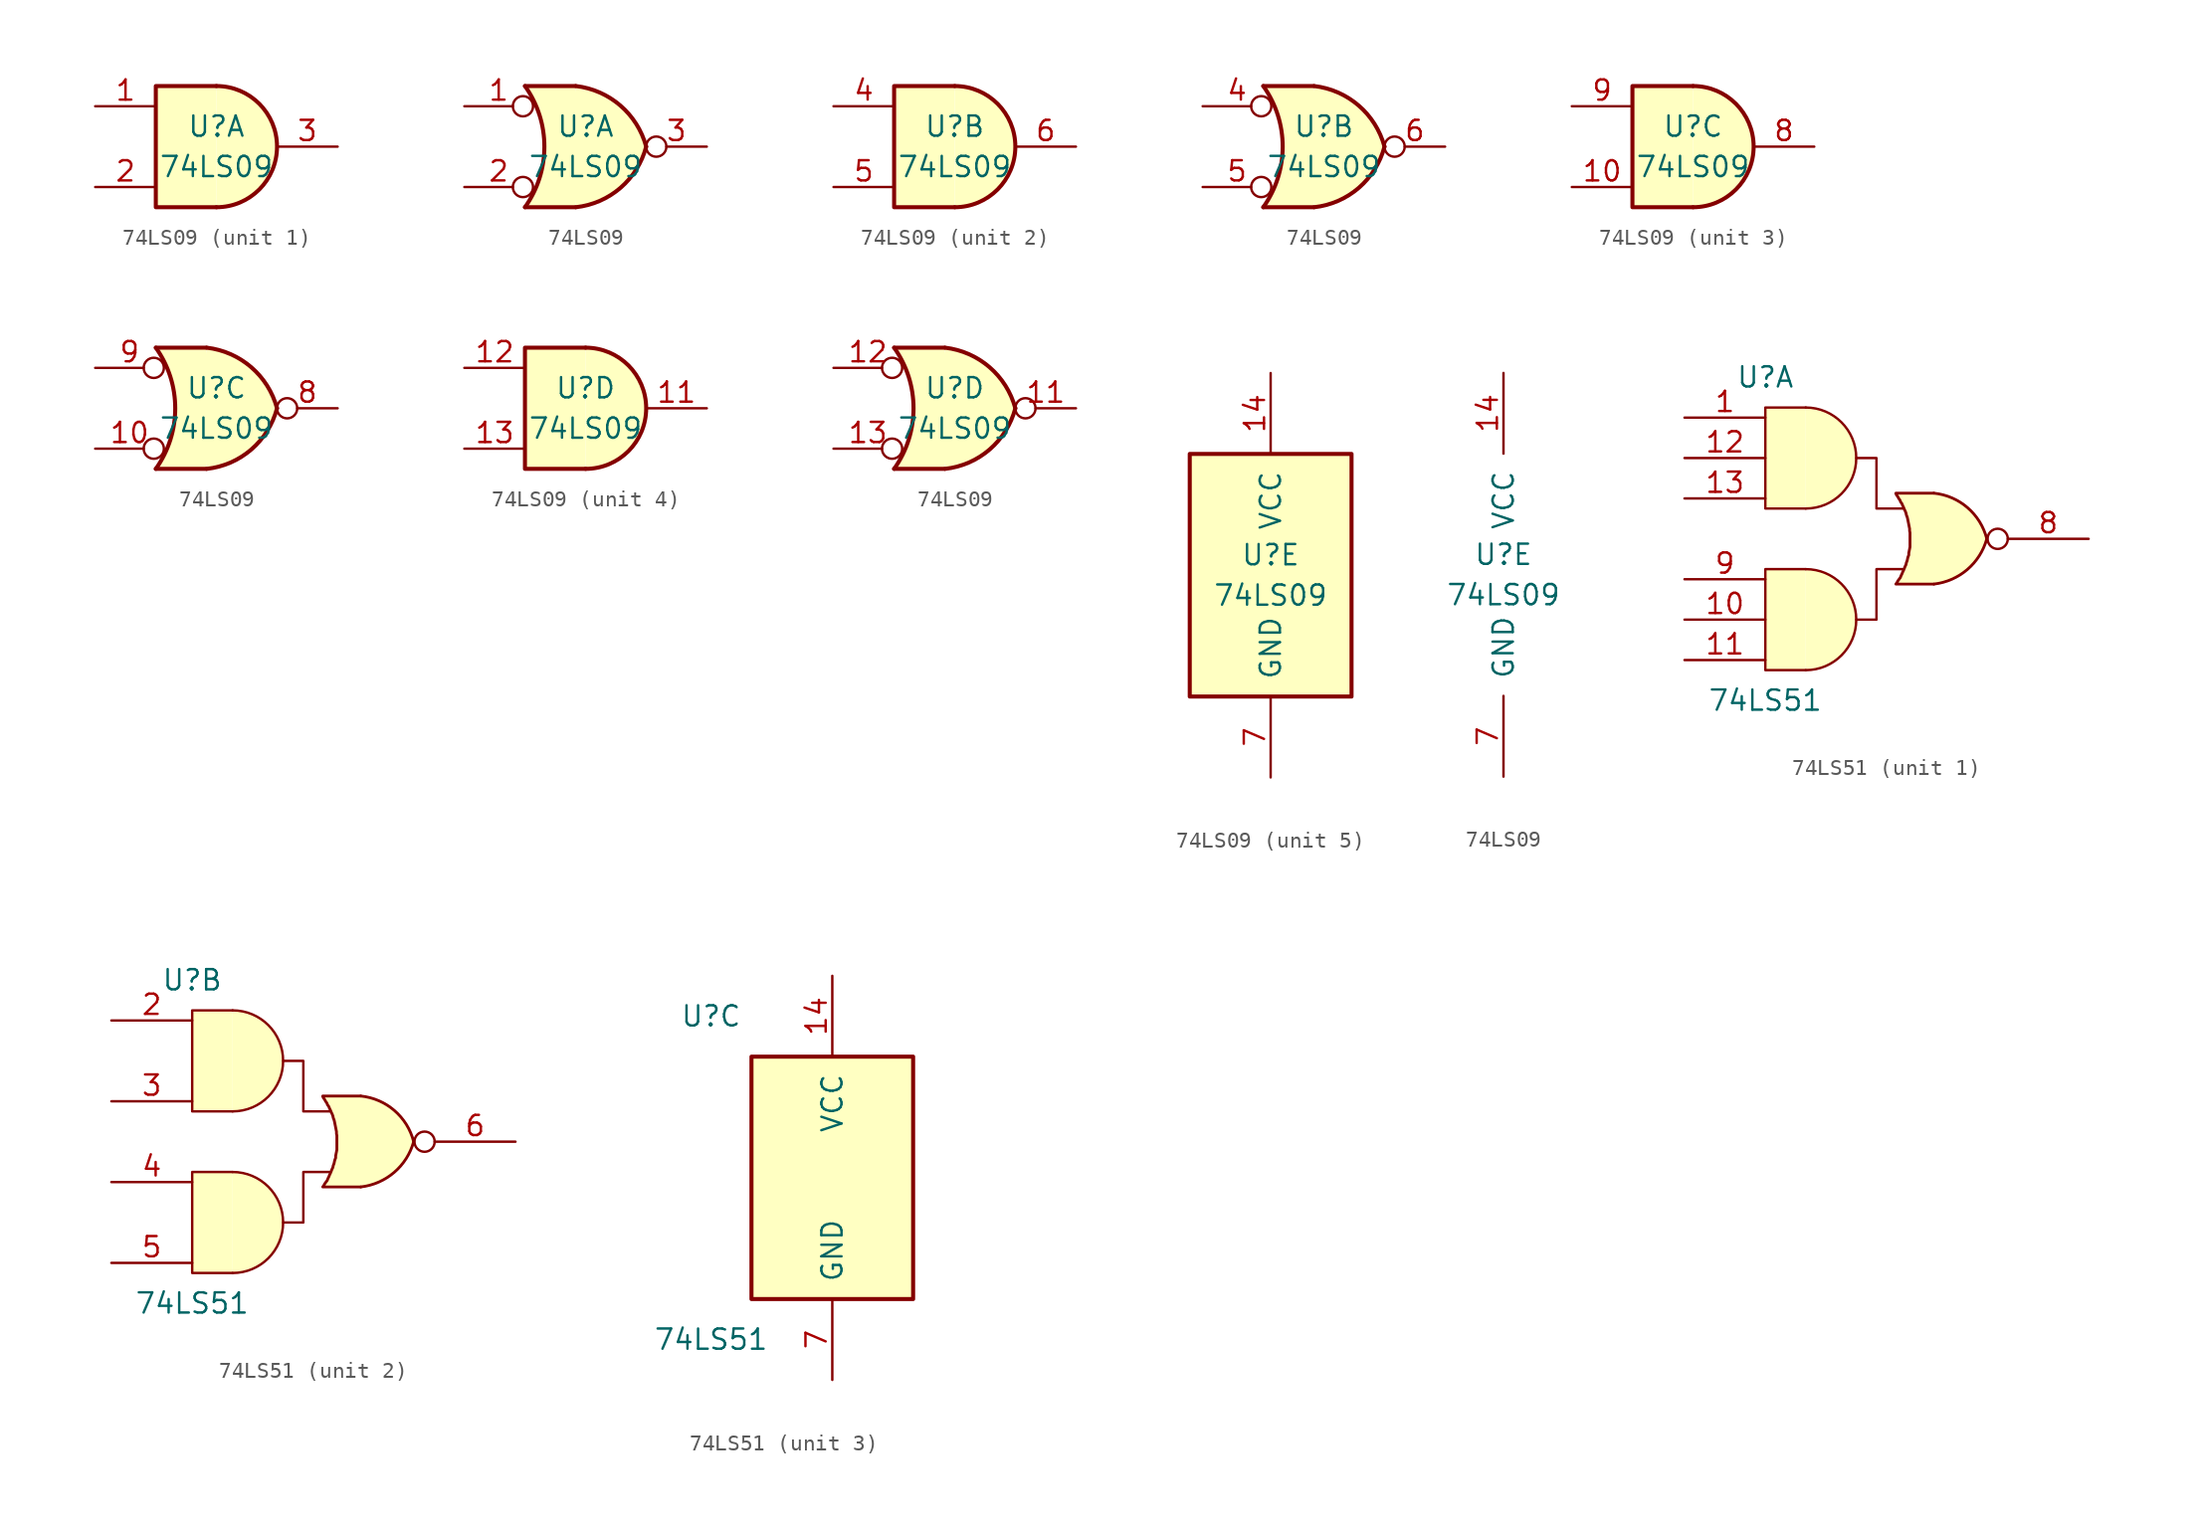
<source format=kicad_sym>
(kicad_symbol_lib
  (version 20201005)
  (generator kicad_symbol_editor)
  (symbol "74LS09"
    (pin_names
      (offset 1.016))
    (property "Reference" "U"
      (at 0 1.27 0)
      (effects (font (size 1.27 1.27))))
    (property "Value" "74LS09"
      (at 0 -1.27 0)
      (effects (font (size 1.27 1.27))))
    (property "ki_locked" ""
      (at 0 0 0)
      (effects (font (size 1.27 1.27))))
    (symbol "74LS09_1_1"
      (arc (start 0 -3.81) (end 0 3.81) (radius (at 0 0) (length 3.81) (angles -89.9 89.9)) (stroke (width 0.254)) (fill (type background)))
      (polyline (pts (xy 0 3.81) (xy -3.81 3.81) (xy -3.81 -3.81) (xy 0 -3.81)) (stroke (width 0.254)) (fill (type background)))
      (pin input line (at -7.62 2.54 0) (length 3.81) (name "~" (effects (font (size 1.27 1.27)))) (number "1" (effects (font (size 1.27 1.27)))))
      (pin input line (at -7.62 -2.54 0) (length 3.81) (name "~" (effects (font (size 1.27 1.27)))) (number "2" (effects (font (size 1.27 1.27)))))
      (pin open_collector line (at 7.62 0 180) (length 3.81) (name "~" (effects (font (size 1.27 1.27)))) (number "3" (effects (font (size 1.27 1.27))))))
    (symbol "74LS09_1_2"
      (arc (start -3.81 3.81) (end -3.81 -3.81) (radius (at -9.144 0) (length 6.5532) (angles 35.4 -35.4)) (stroke (width 0.254)) (fill (type none)))
      (arc (start 3.81 0) (end -0.6096 3.81) (radius (at -1.1938 -1.3208) (length 5.1816) (angles 15 83.7)) (stroke (width 0.254)) (fill (type background)))
      (arc (start 3.81 0) (end -0.6096 -3.81) (radius (at -1.1938 1.3208) (length 5.1816) (angles -15 -83.7)) (stroke (width 0.254)) (fill (type background)))
      (polyline (pts (xy -3.81 -3.81) (xy -0.635 -3.81)) (stroke (width 0.254)) (fill (type background)))
      (polyline (pts (xy -3.81 3.81) (xy -0.635 3.81)) (stroke (width 0.254)) (fill (type background)))
      (polyline (pts (xy -0.635 3.81) (xy -3.81 3.81) (xy -3.81 3.81) (xy -3.556 3.404) (xy -3.023 2.261) (xy -2.692 1.041) (xy -2.616 -0.254) (xy -2.769 -1.499) (xy -3.175 -2.718) (xy -3.81 -3.81) (xy -3.81 -3.81) (xy -0.635 -3.81)) (stroke (width -25.4)) (fill (type background)))
      (pin input inverted (at -7.62 2.54 0) (length 4.318) (name "~" (effects (font (size 1.27 1.27)))) (number "1" (effects (font (size 1.27 1.27)))))
      (pin input inverted (at -7.62 -2.54 0) (length 4.318) (name "~" (effects (font (size 1.27 1.27)))) (number "2" (effects (font (size 1.27 1.27)))))
      (pin output inverted (at 7.62 0 180) (length 3.81) (name "~" (effects (font (size 1.27 1.27)))) (number "3" (effects (font (size 1.27 1.27))))))
    (symbol "74LS09_2_1"
      (arc (start 0 -3.81) (end 0 3.81) (radius (at 0 0) (length 3.81) (angles -89.9 89.9)) (stroke (width 0.254)) (fill (type background)))
      (polyline (pts (xy 0 3.81) (xy -3.81 3.81) (xy -3.81 -3.81) (xy 0 -3.81)) (stroke (width 0.254)) (fill (type background)))
      (pin input line (at -7.62 2.54 0) (length 3.81) (name "~" (effects (font (size 1.27 1.27)))) (number "4" (effects (font (size 1.27 1.27)))))
      (pin input line (at -7.62 -2.54 0) (length 3.81) (name "~" (effects (font (size 1.27 1.27)))) (number "5" (effects (font (size 1.27 1.27)))))
      (pin open_collector line (at 7.62 0 180) (length 3.81) (name "~" (effects (font (size 1.27 1.27)))) (number "6" (effects (font (size 1.27 1.27))))))
    (symbol "74LS09_2_2"
      (arc (start -3.81 3.81) (end -3.81 -3.81) (radius (at -9.144 0) (length 6.5532) (angles 35.4 -35.4)) (stroke (width 0.254)) (fill (type none)))
      (arc (start 3.81 0) (end -0.6096 3.81) (radius (at -1.1938 -1.3208) (length 5.1816) (angles 15 83.7)) (stroke (width 0.254)) (fill (type background)))
      (arc (start 3.81 0) (end -0.6096 -3.81) (radius (at -1.1938 1.3208) (length 5.1816) (angles -15 -83.7)) (stroke (width 0.254)) (fill (type background)))
      (polyline (pts (xy -3.81 -3.81) (xy -0.635 -3.81)) (stroke (width 0.254)) (fill (type background)))
      (polyline (pts (xy -3.81 3.81) (xy -0.635 3.81)) (stroke (width 0.254)) (fill (type background)))
      (polyline (pts (xy -0.635 3.81) (xy -3.81 3.81) (xy -3.81 3.81) (xy -3.556 3.404) (xy -3.023 2.261) (xy -2.692 1.041) (xy -2.616 -0.254) (xy -2.769 -1.499) (xy -3.175 -2.718) (xy -3.81 -3.81) (xy -3.81 -3.81) (xy -0.635 -3.81)) (stroke (width -25.4)) (fill (type background)))
      (pin input inverted (at -7.62 2.54 0) (length 4.318) (name "~" (effects (font (size 1.27 1.27)))) (number "4" (effects (font (size 1.27 1.27)))))
      (pin input inverted (at -7.62 -2.54 0) (length 4.318) (name "~" (effects (font (size 1.27 1.27)))) (number "5" (effects (font (size 1.27 1.27)))))
      (pin output inverted (at 7.62 0 180) (length 3.81) (name "~" (effects (font (size 1.27 1.27)))) (number "6" (effects (font (size 1.27 1.27))))))
    (symbol "74LS09_3_1"
      (arc (start 0 -3.81) (end 0 3.81) (radius (at 0 0) (length 3.81) (angles -89.9 89.9)) (stroke (width 0.254)) (fill (type background)))
      (polyline (pts (xy 0 3.81) (xy -3.81 3.81) (xy -3.81 -3.81) (xy 0 -3.81)) (stroke (width 0.254)) (fill (type background)))
      (pin input line (at -7.62 -2.54 0) (length 3.81) (name "~" (effects (font (size 1.27 1.27)))) (number "10" (effects (font (size 1.27 1.27)))))
      (pin open_collector line (at 7.62 0 180) (length 3.81) (name "~" (effects (font (size 1.27 1.27)))) (number "8" (effects (font (size 1.27 1.27)))))
      (pin input line (at -7.62 2.54 0) (length 3.81) (name "~" (effects (font (size 1.27 1.27)))) (number "9" (effects (font (size 1.27 1.27))))))
    (symbol "74LS09_3_2"
      (arc (start -3.81 3.81) (end -3.81 -3.81) (radius (at -9.144 0) (length 6.5532) (angles 35.4 -35.4)) (stroke (width 0.254)) (fill (type none)))
      (arc (start 3.81 0) (end -0.6096 3.81) (radius (at -1.1938 -1.3208) (length 5.1816) (angles 15 83.7)) (stroke (width 0.254)) (fill (type background)))
      (arc (start 3.81 0) (end -0.6096 -3.81) (radius (at -1.1938 1.3208) (length 5.1816) (angles -15 -83.7)) (stroke (width 0.254)) (fill (type background)))
      (polyline (pts (xy -3.81 -3.81) (xy -0.635 -3.81)) (stroke (width 0.254)) (fill (type background)))
      (polyline (pts (xy -3.81 3.81) (xy -0.635 3.81)) (stroke (width 0.254)) (fill (type background)))
      (polyline (pts (xy -0.635 3.81) (xy -3.81 3.81) (xy -3.81 3.81) (xy -3.556 3.404) (xy -3.023 2.261) (xy -2.692 1.041) (xy -2.616 -0.254) (xy -2.769 -1.499) (xy -3.175 -2.718) (xy -3.81 -3.81) (xy -3.81 -3.81) (xy -0.635 -3.81)) (stroke (width -25.4)) (fill (type background)))
      (pin input inverted (at -7.62 -2.54 0) (length 4.318) (name "~" (effects (font (size 1.27 1.27)))) (number "10" (effects (font (size 1.27 1.27)))))
      (pin output inverted (at 7.62 0 180) (length 3.81) (name "~" (effects (font (size 1.27 1.27)))) (number "8" (effects (font (size 1.27 1.27)))))
      (pin input inverted (at -7.62 2.54 0) (length 4.318) (name "~" (effects (font (size 1.27 1.27)))) (number "9" (effects (font (size 1.27 1.27))))))
    (symbol "74LS09_4_1"
      (arc (start 0 -3.81) (end 0 3.81) (radius (at 0 0) (length 3.81) (angles -89.9 89.9)) (stroke (width 0.254)) (fill (type background)))
      (polyline (pts (xy 0 3.81) (xy -3.81 3.81) (xy -3.81 -3.81) (xy 0 -3.81)) (stroke (width 0.254)) (fill (type background)))
      (pin open_collector line (at 7.62 0 180) (length 3.81) (name "~" (effects (font (size 1.27 1.27)))) (number "11" (effects (font (size 1.27 1.27)))))
      (pin input line (at -7.62 2.54 0) (length 3.81) (name "~" (effects (font (size 1.27 1.27)))) (number "12" (effects (font (size 1.27 1.27)))))
      (pin input line (at -7.62 -2.54 0) (length 3.81) (name "~" (effects (font (size 1.27 1.27)))) (number "13" (effects (font (size 1.27 1.27))))))
    (symbol "74LS09_4_2"
      (arc (start -3.81 3.81) (end -3.81 -3.81) (radius (at -9.144 0) (length 6.5532) (angles 35.4 -35.4)) (stroke (width 0.254)) (fill (type none)))
      (arc (start 3.81 0) (end -0.6096 3.81) (radius (at -1.1938 -1.3208) (length 5.1816) (angles 15 83.7)) (stroke (width 0.254)) (fill (type background)))
      (arc (start 3.81 0) (end -0.6096 -3.81) (radius (at -1.1938 1.3208) (length 5.1816) (angles -15 -83.7)) (stroke (width 0.254)) (fill (type background)))
      (polyline (pts (xy -3.81 -3.81) (xy -0.635 -3.81)) (stroke (width 0.254)) (fill (type background)))
      (polyline (pts (xy -3.81 3.81) (xy -0.635 3.81)) (stroke (width 0.254)) (fill (type background)))
      (polyline (pts (xy -0.635 3.81) (xy -3.81 3.81) (xy -3.81 3.81) (xy -3.556 3.404) (xy -3.023 2.261) (xy -2.692 1.041) (xy -2.616 -0.254) (xy -2.769 -1.499) (xy -3.175 -2.718) (xy -3.81 -3.81) (xy -3.81 -3.81) (xy -0.635 -3.81)) (stroke (width -25.4)) (fill (type background)))
      (pin output inverted (at 7.62 0 180) (length 3.81) (name "~" (effects (font (size 1.27 1.27)))) (number "11" (effects (font (size 1.27 1.27)))))
      (pin input inverted (at -7.62 2.54 0) (length 4.318) (name "~" (effects (font (size 1.27 1.27)))) (number "12" (effects (font (size 1.27 1.27)))))
      (pin input inverted (at -7.62 -2.54 0) (length 4.318) (name "~" (effects (font (size 1.27 1.27)))) (number "13" (effects (font (size 1.27 1.27))))))
    (symbol "74LS09_5_0"
      (pin power_in line (at 0 12.7 270) (length 5.08) (name "VCC" (effects (font (size 1.27 1.27)))) (number "14" (effects (font (size 1.27 1.27)))))
      (pin power_in line (at 0 -12.7 90) (length 5.08) (name "GND" (effects (font (size 1.27 1.27)))) (number "7" (effects (font (size 1.27 1.27))))))
    (symbol "74LS09_5_1"
      (rectangle (start -5.08 7.62) (end 5.08 -7.62) (stroke (width 0.254)) (fill (type background)))))
  (symbol "74LS51"
    (pin_names
      (offset 1.016))
    (property "Reference" "U"
      (at -7.62 10.16 0)
      (effects (font (size 1.27 1.27))))
    (property "Value" "74LS51"
      (at -7.62 -10.16 0)
      (effects (font (size 1.27 1.27))))
    (property "ki_locked" ""
      (at 0 0 0)
      (effects (font (size 1.27 1.27))))
    (symbol "74LS51_1_0"
      (arc (start -5.08 -8.255) (end -5.08 -1.905) (radius (at -5.08 -5.08) (length 3.175) (angles -89.9 89.9)) (stroke (width 0)) (fill (type background)))
      (arc (start -5.08 1.905) (end -5.08 8.255) (radius (at -5.08 5.08) (length 3.175) (angles -89.9 89.9)) (stroke (width 0)) (fill (type background)))
      (arc (start 6.2992 0) (end 2.9718 2.8702) (radius (at 2.5654 -0.9906) (length 3.8862) (angles 14.9 85.7)) (stroke (width 0.1778)) (fill (type background)))
      (arc (start 6.2992 0) (end 2.9718 -2.8448) (radius (at 2.5654 1.016) (length 3.8862) (angles -14.9 -85.7)) (stroke (width 0.1778)) (fill (type background)))
      (circle (center 6.985 0) (radius 0.635) (stroke (width 0)) (fill (type none)))
      (polyline (pts (xy -1.905 -5.08) (xy -0.635 -5.08) (xy -0.635 -1.905) (xy 1.016 -1.905)) (stroke (width 0)) (fill (type none)))
      (polyline (pts (xy -1.905 5.08) (xy -0.635 5.08) (xy -0.635 1.905) (xy 1.016 1.905)) (stroke (width 0)) (fill (type none)))
      (polyline (pts (xy -5.08 -1.905) (xy -7.62 -1.905) (xy -7.62 -8.255) (xy -5.08 -8.255)) (stroke (width 0)) (fill (type background)))
      (polyline (pts (xy -5.08 1.905) (xy -7.62 1.905) (xy -7.62 8.255) (xy -5.08 8.255)) (stroke (width 0)) (fill (type background)))
      (polyline (pts (xy 2.972 2.87) (xy 0.584 2.87) (xy 0.584 2.845) (xy 0.635 2.743) (xy 0.711 2.642) (xy 0.762 2.54) (xy 0.838 2.438) (xy 0.889 2.311) (xy 0.965 2.21) (xy 1.016 2.083) (xy 1.067 1.981) (xy 1.118 1.854) (xy 1.168 1.753) (xy 1.219 1.626) (xy 1.245 1.499) (xy 1.295 1.372) (xy 1.321 1.27) (xy 1.346 1.143) (xy 1.372 1.016) (xy 1.397 0.889) (xy 1.422 0.762) (xy 1.448 0.635) (xy 1.448 0.508) (xy 1.473 0.381) (xy 1.473 0.254) (xy 1.473 0.127) (xy 1.473 0) (xy 1.473 -0.127) (xy 1.473 -0.254) (xy 1.473 -0.381) (xy 1.473 -0.508) (xy 1.448 -0.635) (xy 1.422 -0.762) (xy 1.397 -0.889) (xy 1.397 -1.016) (xy 1.346 -1.143) (xy 1.321 -1.245) (xy 1.295 -1.372) (xy 1.245 -1.499) (xy 1.219 -1.626) (xy 1.168 -1.727) (xy 1.118 -1.854) (xy 1.067 -1.981) (xy 1.016 -2.083) (xy 0.965 -2.21) (xy 0.914 -2.311) (xy 0.864 -2.438) (xy 0.787 -2.54) (xy 0.711 -2.642) (xy 0.66 -2.743) (xy 0.584 -2.845) (xy 0.584 -2.845) (xy 2.972 -2.845)) (stroke (width 0.178)) (fill (type background)))
      (pin input line (at -12.7 7.62 0) (length 5.08) (name "~" (effects (font (size 1.27 1.27)))) (number "1" (effects (font (size 1.27 1.27)))))
      (pin input line (at -12.7 -5.08 0) (length 5.08) (name "~" (effects (font (size 1.27 1.27)))) (number "10" (effects (font (size 1.27 1.27)))))
      (pin input line (at -12.7 -7.62 0) (length 5.08) (name "~" (effects (font (size 1.27 1.27)))) (number "11" (effects (font (size 1.27 1.27)))))
      (pin input line (at -12.7 5.08 0) (length 5.08) (name "~" (effects (font (size 1.27 1.27)))) (number "12" (effects (font (size 1.27 1.27)))))
      (pin input line (at -12.7 2.54 0) (length 5.08) (name "~" (effects (font (size 1.27 1.27)))) (number "13" (effects (font (size 1.27 1.27)))))
      (pin output line (at 12.7 0 180) (length 5.08) (name "~" (effects (font (size 1.27 1.27)))) (number "8" (effects (font (size 1.27 1.27)))))
      (pin input line (at -12.7 -2.54 0) (length 5.08) (name "~" (effects (font (size 1.27 1.27)))) (number "9" (effects (font (size 1.27 1.27))))))
    (symbol "74LS51_2_0"
      (arc (start -5.08 -8.255) (end -5.08 -1.905) (radius (at -5.08 -5.08) (length 3.175) (angles -89.9 89.9)) (stroke (width 0)) (fill (type background)))
      (arc (start -5.08 1.905) (end -5.08 8.255) (radius (at -5.08 5.08) (length 3.175) (angles -89.9 89.9)) (stroke (width 0)) (fill (type background)))
      (arc (start 6.2992 0) (end 2.9718 2.8702) (radius (at 2.5654 -0.9906) (length 3.8862) (angles 14.9 85.7)) (stroke (width 0.1778)) (fill (type background)))
      (arc (start 6.2992 0) (end 2.9718 -2.8448) (radius (at 2.5654 1.016) (length 3.8862) (angles -14.9 -85.7)) (stroke (width 0.1778)) (fill (type background)))
      (circle (center 6.985 0) (radius 0.635) (stroke (width 0)) (fill (type none)))
      (polyline (pts (xy -1.905 -5.08) (xy -0.635 -5.08) (xy -0.635 -1.905) (xy 1.016 -1.905)) (stroke (width 0)) (fill (type none)))
      (polyline (pts (xy -1.905 5.08) (xy -0.635 5.08) (xy -0.635 1.905) (xy 1.016 1.905)) (stroke (width 0)) (fill (type none)))
      (polyline (pts (xy -5.08 -1.905) (xy -7.62 -1.905) (xy -7.62 -8.255) (xy -5.08 -8.255)) (stroke (width 0)) (fill (type background)))
      (polyline (pts (xy -5.08 1.905) (xy -7.62 1.905) (xy -7.62 8.255) (xy -5.08 8.255)) (stroke (width 0)) (fill (type background)))
      (polyline (pts (xy 2.972 2.87) (xy 0.584 2.87) (xy 0.584 2.845) (xy 0.635 2.743) (xy 0.711 2.642) (xy 0.762 2.54) (xy 0.838 2.438) (xy 0.889 2.311) (xy 0.965 2.21) (xy 1.016 2.083) (xy 1.067 1.981) (xy 1.118 1.854) (xy 1.168 1.753) (xy 1.219 1.626) (xy 1.245 1.499) (xy 1.295 1.372) (xy 1.321 1.27) (xy 1.346 1.143) (xy 1.372 1.016) (xy 1.397 0.889) (xy 1.422 0.762) (xy 1.448 0.635) (xy 1.448 0.508) (xy 1.473 0.381) (xy 1.473 0.254) (xy 1.473 0.127) (xy 1.473 0) (xy 1.473 -0.127) (xy 1.473 -0.254) (xy 1.473 -0.381) (xy 1.473 -0.508) (xy 1.448 -0.635) (xy 1.422 -0.762) (xy 1.397 -0.889) (xy 1.397 -1.016) (xy 1.346 -1.143) (xy 1.321 -1.245) (xy 1.295 -1.372) (xy 1.245 -1.499) (xy 1.219 -1.626) (xy 1.168 -1.727) (xy 1.118 -1.854) (xy 1.067 -1.981) (xy 1.016 -2.083) (xy 0.965 -2.21) (xy 0.914 -2.311) (xy 0.864 -2.438) (xy 0.787 -2.54) (xy 0.711 -2.642) (xy 0.66 -2.743) (xy 0.584 -2.845) (xy 0.584 -2.845) (xy 2.972 -2.845)) (stroke (width 0.178)) (fill (type background)))
      (pin input line (at -12.7 7.62 0) (length 5.08) (name "~" (effects (font (size 1.27 1.27)))) (number "2" (effects (font (size 1.27 1.27)))))
      (pin input line (at -12.7 2.54 0) (length 5.08) (name "~" (effects (font (size 1.27 1.27)))) (number "3" (effects (font (size 1.27 1.27)))))
      (pin input line (at -12.7 -2.54 0) (length 5.08) (name "~" (effects (font (size 1.27 1.27)))) (number "4" (effects (font (size 1.27 1.27)))))
      (pin input line (at -12.7 -7.62 0) (length 5.08) (name "~" (effects (font (size 1.27 1.27)))) (number "5" (effects (font (size 1.27 1.27)))))
      (pin output line (at 12.7 0 180) (length 5.08) (name "~" (effects (font (size 1.27 1.27)))) (number "6" (effects (font (size 1.27 1.27))))))
    (symbol "74LS51_3_0"
      (pin power_in line (at 0 12.7 270) (length 5.08) (name "VCC" (effects (font (size 1.27 1.27)))) (number "14" (effects (font (size 1.27 1.27)))))
      (pin power_in line (at 0 -12.7 90) (length 5.08) (name "GND" (effects (font (size 1.27 1.27)))) (number "7" (effects (font (size 1.27 1.27))))))
    (symbol "74LS51_3_1"
      (rectangle (start -5.08 7.62) (end 5.08 -7.62) (stroke (width 0.254)) (fill (type background))))))
</source>
